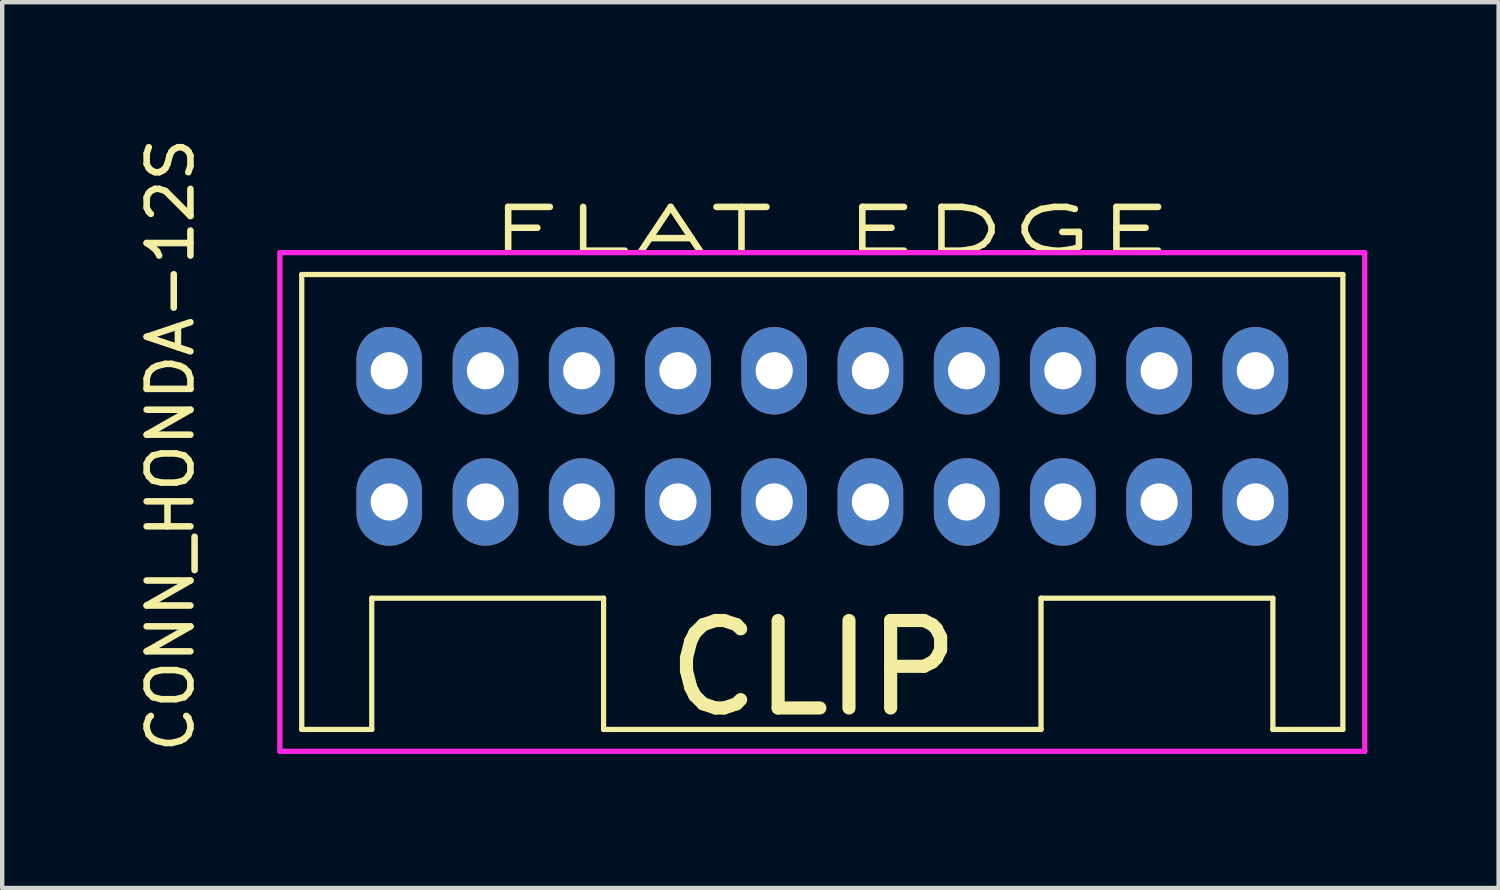
<source format=kicad_pcb>
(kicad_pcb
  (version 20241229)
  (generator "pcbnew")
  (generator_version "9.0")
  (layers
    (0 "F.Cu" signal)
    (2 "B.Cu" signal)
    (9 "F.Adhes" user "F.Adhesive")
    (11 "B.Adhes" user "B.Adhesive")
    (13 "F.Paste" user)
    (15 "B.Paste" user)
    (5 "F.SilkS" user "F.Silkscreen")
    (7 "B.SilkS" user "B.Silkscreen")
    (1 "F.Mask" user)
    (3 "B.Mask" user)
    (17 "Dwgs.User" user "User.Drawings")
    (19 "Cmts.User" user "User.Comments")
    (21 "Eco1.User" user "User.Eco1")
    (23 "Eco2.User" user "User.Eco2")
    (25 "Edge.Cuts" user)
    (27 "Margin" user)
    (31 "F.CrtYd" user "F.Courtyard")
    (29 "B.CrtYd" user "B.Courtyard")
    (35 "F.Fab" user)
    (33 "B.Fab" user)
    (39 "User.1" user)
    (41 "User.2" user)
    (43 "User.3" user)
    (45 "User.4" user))
  (footprint "CONN_HONDA-12S"
    (layer "F.Cu")
    (at 15.748 6.925)
    (property "Reference" "CONN_HONDA-12S" (at -14.9 0.2 90) (layer "F.SilkS") (effects (font (size 1 1) (thickness 0.15))))
    (attr through_hole)
    (fp_line (start -11.9 -3.7) (end 11.9 -3.7) (stroke (width 0.12) (type solid)) (layer "F.SilkS"))
    (fp_line (start -11.9 6.7) (end -11.9 -3.7) (stroke (width 0.12) (type solid)) (layer "F.SilkS"))
    (fp_line (start -11.9 6.7) (end -10.3 6.7) (stroke (width 0.12) (type solid)) (layer "F.SilkS"))
    (fp_line (start -10.3 3.7) (end -5 3.7) (stroke (width 0.12) (type solid)) (layer "F.SilkS"))
    (fp_line (start -10.3 6.7) (end -10.3 3.7) (stroke (width 0.12) (type solid)) (layer "F.SilkS"))
    (fp_line (start -5 6.7) (end -5 3.7) (stroke (width 0.12) (type solid)) (layer "F.SilkS"))
    (fp_line (start -5 6.7) (end 5 6.7) (stroke (width 0.12) (type solid)) (layer "F.SilkS"))
    (fp_line (start 5 3.7) (end 10.3 3.7) (stroke (width 0.12) (type solid)) (layer "F.SilkS"))
    (fp_line (start 5 6.7) (end 5 3.7) (stroke (width 0.12) (type solid)) (layer "F.SilkS"))
    (fp_line (start 10.3 6.7) (end 10.3 3.7) (stroke (width 0.12) (type solid)) (layer "F.SilkS"))
    (fp_line (start 11.9 6.7) (end 10.3 6.7) (stroke (width 0.12) (type solid)) (layer "F.SilkS"))
    (fp_line (start 11.9 6.7) (end 11.9 -3.7) (stroke (width 0.12) (type solid)) (layer "F.SilkS"))
    (fp_line (start -12.4 -4.2) (end -12.4 7.2) (stroke (width 0.12) (type solid)) (layer "F.CrtYd"))
    (fp_line (start -12.4 7.2) (end 12.4 7.2) (stroke (width 0.12) (type solid)) (layer "F.CrtYd"))
    (fp_line (start 12.4 -4.2) (end -12.4 -4.2) (stroke (width 0.12) (type solid)) (layer "F.CrtYd"))
    (fp_line (start 12.4 7.2) (end 12.4 -4.2) (stroke (width 0.12) (type solid)) (layer "F.CrtYd"))
    (fp_text user "CLIP" (at -0.2 5.3 0) (layer "F.SilkS") (effects (font (size 2 2) (thickness 0.3))))
    (fp_text user "FLAT EDGE" (at 0.2 -4.7 0) (layer "F.SilkS") (effects (font (size 1 2) (thickness 0.15))))
    (pad "0" thru_hole oval (at -9.9 1.5) (size 1.5 2) (drill 0.85) (layers "*.Cu" "*.Mask"))
    (pad "1" thru_hole oval (at -9.9 -1.5) (size 1.5 2) (drill 0.85) (layers "*.Cu" "*.Mask"))
    (pad "2" thru_hole oval (at -7.7 1.5) (size 1.5 2) (drill 0.85) (layers "*.Cu" "*.Mask"))
    (pad "3" thru_hole oval (at -7.7 -1.5) (size 1.5 2) (drill 0.85) (layers "*.Cu" "*.Mask"))
    (pad "4" thru_hole oval (at -5.5 1.5) (size 1.5 2) (drill 0.85) (layers "*.Cu" "*.Mask"))
    (pad "5" thru_hole oval (at -5.5 -1.5) (size 1.5 2) (drill 0.85) (layers "*.Cu" "*.Mask"))
    (pad "6" thru_hole oval (at -3.3 1.5) (size 1.5 2) (drill 0.85) (layers "*.Cu" "*.Mask"))
    (pad "7" thru_hole oval (at -3.3 -1.5) (size 1.5 2) (drill 0.85) (layers "*.Cu" "*.Mask"))
    (pad "8" thru_hole oval (at -1.1 1.5) (size 1.5 2) (drill 0.85) (layers "*.Cu" "*.Mask"))
    (pad "9" thru_hole oval (at -1.1 -1.5) (size 1.5 2) (drill 0.85) (layers "*.Cu" "*.Mask"))
    (pad "10" thru_hole oval (at 1.1 1.5) (size 1.5 2) (drill 0.85) (layers "*.Cu" "*.Mask"))
    (pad "11" thru_hole oval (at 1.1 -1.5) (size 1.5 2) (drill 0.85) (layers "*.Cu" "*.Mask"))
    (pad "12" thru_hole oval (at 3.3 1.5) (size 1.5 2) (drill 0.85) (layers "*.Cu" "*.Mask"))
    (pad "13" thru_hole oval (at 3.3 -1.5) (size 1.5 2) (drill 0.85) (layers "*.Cu" "*.Mask"))
    (pad "14" thru_hole oval (at 5.5 1.5) (size 1.5 2) (drill 0.85) (layers "*.Cu" "*.Mask"))
    (pad "15" thru_hole oval (at 5.5 -1.5) (size 1.5 2) (drill 0.85) (layers "*.Cu" "*.Mask"))
    (pad "16" thru_hole oval (at 7.7 1.5) (size 1.5 2) (drill 0.85) (layers "*.Cu" "*.Mask"))
    (pad "17" thru_hole oval (at 7.7 -1.5) (size 1.5 2) (drill 0.85) (layers "*.Cu" "*.Mask"))
    (pad "18" thru_hole oval (at 9.9 1.5) (size 1.5 2) (drill 0.85) (layers "*.Cu" "*.Mask"))
    (pad "19" thru_hole oval (at 9.9 -1.5) (size 1.5 2) (drill 0.85) (layers "*.Cu" "*.Mask")))
  (gr_rect
    (start -3 -3)
    (end 31.208 17.25)
    (stroke (width 0.1) (type default))
    (fill no)
    (layer "Edge.Cuts")))
</source>
